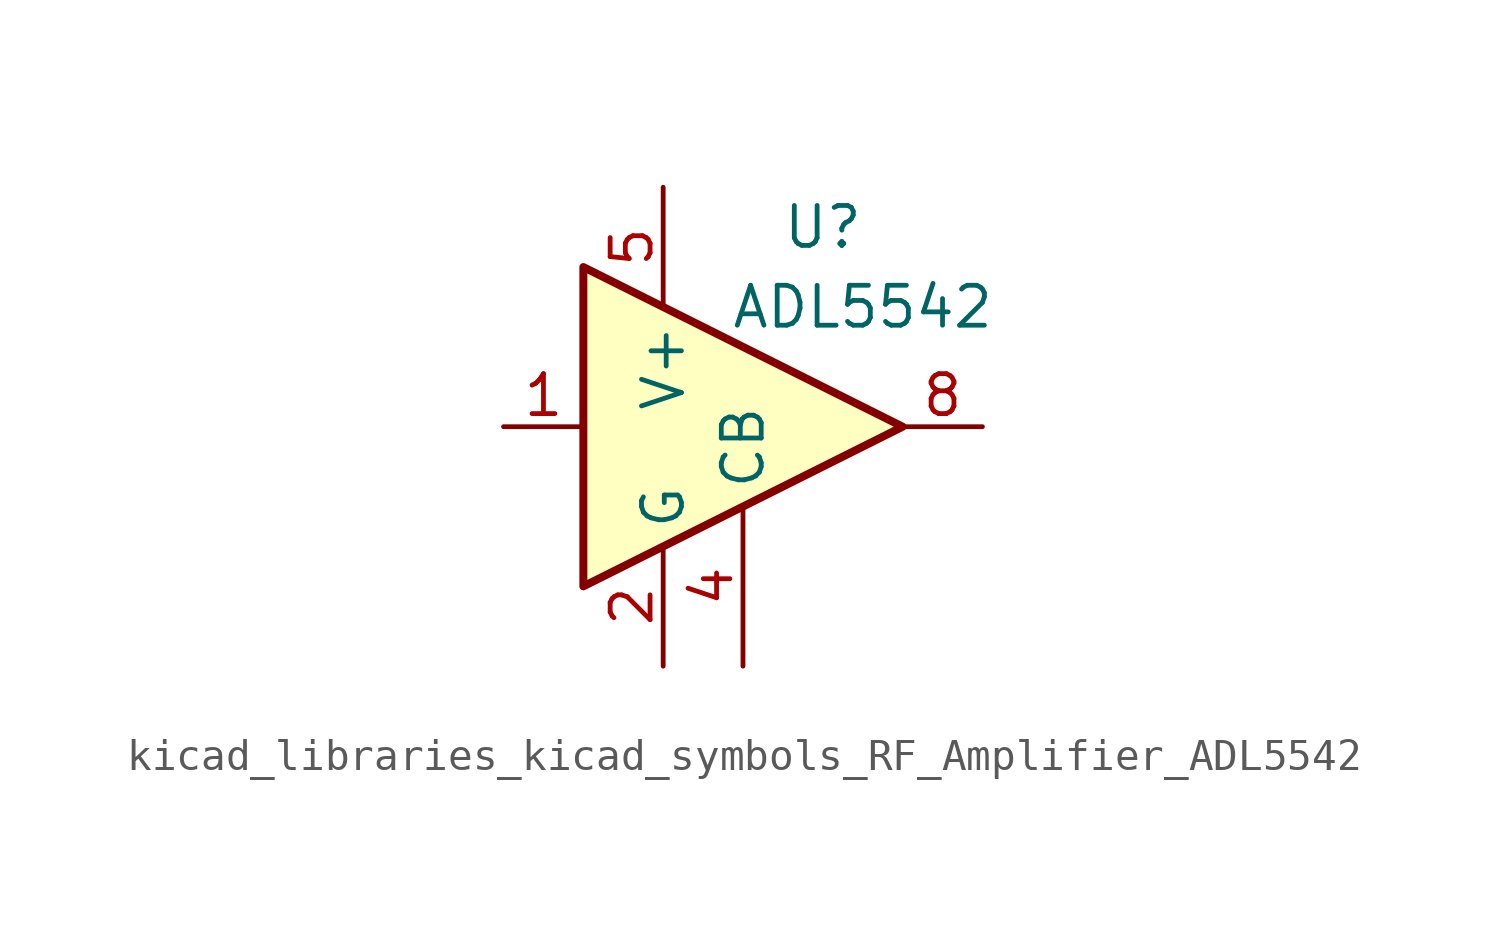
<source format=kicad_sym>
(kicad_symbol_lib
  (version 20220914)
  (generator kicad_symbol_editor)
  (symbol "kicad_libraries_kicad_symbols_RF_Amplifier_ADL5542"
    (property "Reference" "U"
      (at 2.54 6.35 0)
      (effects (font (size 1.27 1.27))))
    (property "Value" "ADL5542"
      (at 3.81 3.81 0)
      (effects (font (size 1.27 1.27))))
    (symbol "kicad_libraries_kicad_symbols_RF_Amplifier_ADL5542_0_1"
      (polyline (pts (xy 5.08 0) (xy -5.08 5.08) (xy -5.08 -5.08) (xy 5.08 0)) (stroke (width 0.254) (type default)) (fill (type background))))
    (symbol "kicad_libraries_kicad_symbols_RF_Amplifier_ADL5542_1_1"
      (pin input line (at -7.62 0 0) (length 2.54) (name "~" (effects (font (size 1.27 1.27)))) (number "1" (effects (font (size 1.27 1.27)))))
      (pin power_in line (at -2.54 -7.62 90) (length 3.81) (name "G" (effects (font (size 1.27 1.27)))) (number "2" (effects (font (size 1.27 1.27)))))
      (pin passive line (at 0 -7.62 90) (length 5.08) (name "CB" (effects (font (size 1.27 1.27)))) (number "4" (effects (font (size 1.27 1.27)))))
      (pin power_in line (at -2.54 7.62 270) (length 3.81) (name "V+" (effects (font (size 1.27 1.27)))) (number "5" (effects (font (size 1.27 1.27)))))
      (pin output line (at 7.62 0 180) (length 2.54) (name "~" (effects (font (size 1.27 1.27)))) (number "8" (effects (font (size 1.27 1.27))))))))
</source>
